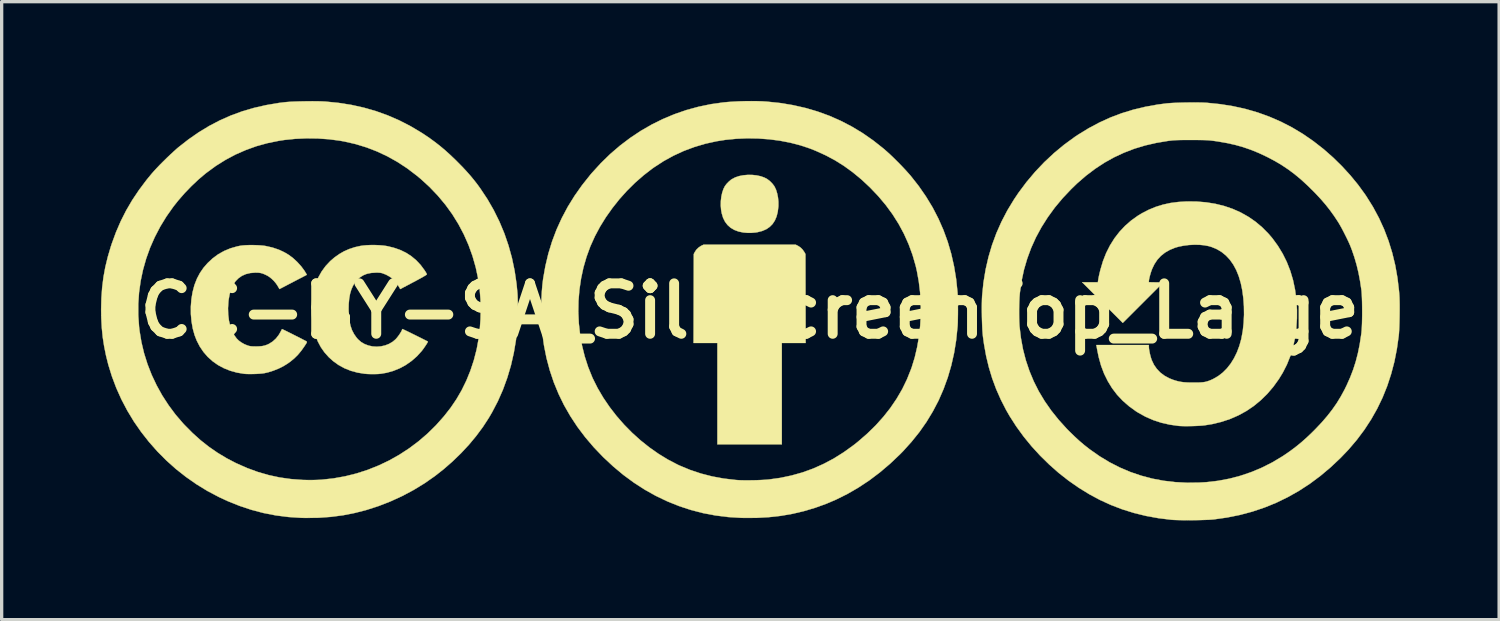
<source format=kicad_pcb>
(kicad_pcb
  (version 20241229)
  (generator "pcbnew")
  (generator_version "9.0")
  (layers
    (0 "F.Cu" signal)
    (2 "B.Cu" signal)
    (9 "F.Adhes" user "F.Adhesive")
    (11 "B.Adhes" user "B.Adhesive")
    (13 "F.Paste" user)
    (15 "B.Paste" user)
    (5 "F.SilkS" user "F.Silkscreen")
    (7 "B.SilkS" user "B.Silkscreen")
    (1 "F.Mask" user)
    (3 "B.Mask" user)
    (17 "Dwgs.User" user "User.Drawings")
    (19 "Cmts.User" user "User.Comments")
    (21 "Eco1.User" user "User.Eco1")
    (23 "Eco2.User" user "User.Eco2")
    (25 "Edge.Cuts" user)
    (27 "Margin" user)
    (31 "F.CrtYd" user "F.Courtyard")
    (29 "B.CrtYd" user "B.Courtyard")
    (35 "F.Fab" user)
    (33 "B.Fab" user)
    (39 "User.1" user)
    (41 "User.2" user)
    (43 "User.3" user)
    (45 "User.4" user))
  (footprint "CC-BY-SA_SilkScreenTop_Large"
    (layer "F.Cu")
    (at 19.601 6.344)
    (property "Reference" "CC-BY-SA_SilkScreenTop_Large" (at 0 0 0) (layer "F.SilkS") (effects (font (size 1.524 1.524) (thickness 0.3))))
    (attr through_hole)
    (fp_poly (pts (xy 1.453 -1.969) (xy 1.528 -1.92) (xy 1.596 -1.853) (xy 1.649 -1.776) (xy 1.652 -1.772) (xy 1.681 -1.718) (xy 1.684 -0.375) (xy 1.687 0.967) (xy 0.967 0.967) (xy 0.967 4.031) (xy -0.98 4.031) (xy -0.98 0.967) (xy -1.7 0.967) (xy -1.696 -0.375) (xy -1.693 -1.718) (xy -1.665 -1.775) (xy -1.617 -1.848) (xy -1.551 -1.913) (xy -1.477 -1.964) (xy -1.463 -1.971) (xy -1.395 -2.003) (xy 1.383 -2.003) (xy 1.453 -1.969)) (stroke (width 0.01) (type solid)) (fill yes) (layer "F.SilkS"))
    (fp_poly (pts (xy 0.072 -4.11) (xy 0.205 -4.096) (xy 0.331 -4.069) (xy 0.445 -4.028) (xy 0.528 -3.983) (xy 0.607 -3.923) (xy 0.679 -3.85) (xy 0.738 -3.773) (xy 0.747 -3.758) (xy 0.792 -3.664) (xy 0.826 -3.552) (xy 0.851 -3.429) (xy 0.864 -3.3) (xy 0.864 -3.171) (xy 0.863 -3.156) (xy 0.844 -2.997) (xy 0.809 -2.856) (xy 0.757 -2.733) (xy 0.688 -2.628) (xy 0.602 -2.541) (xy 0.498 -2.47) (xy 0.376 -2.417) (xy 0.236 -2.381) (xy 0.17 -2.37) (xy 0.051 -2.36) (xy -0.074 -2.36) (xy -0.191 -2.37) (xy -0.192 -2.37) (xy -0.339 -2.4) (xy -0.467 -2.448) (xy -0.578 -2.513) (xy -0.672 -2.596) (xy -0.748 -2.696) (xy -0.807 -2.814) (xy -0.848 -2.95) (xy -0.867 -3.055) (xy -0.878 -3.187) (xy -0.875 -3.322) (xy -0.86 -3.454) (xy -0.833 -3.577) (xy -0.795 -3.688) (xy -0.754 -3.769) (xy -0.705 -3.835) (xy -0.641 -3.902) (xy -0.572 -3.961) (xy -0.54 -3.983) (xy -0.441 -4.035) (xy -0.325 -4.074) (xy -0.198 -4.099) (xy -0.064 -4.111) (xy 0.072 -4.11)) (stroke (width 0.01) (type solid)) (fill yes) (layer "F.SilkS"))
    (fp_poly (pts (xy -14.893 -1.987) (xy -14.784 -1.981) (xy -14.687 -1.972) (xy -14.622 -1.962) (xy -14.417 -1.915) (xy -14.228 -1.851) (xy -14.054 -1.769) (xy -13.925 -1.692) (xy -13.795 -1.594) (xy -13.669 -1.477) (xy -13.553 -1.349) (xy -13.454 -1.215) (xy -13.415 -1.151) (xy -13.381 -1.093) (xy -13.583 -0.988) (xy -13.666 -0.945) (xy -13.762 -0.895) (xy -13.861 -0.843) (xy -13.954 -0.795) (xy -13.997 -0.772) (xy -14.209 -0.662) (xy -14.258 -0.749) (xy -14.31 -0.828) (xy -14.376 -0.907) (xy -14.451 -0.979) (xy -14.528 -1.038) (xy -14.579 -1.069) (xy -14.656 -1.106) (xy -14.72 -1.132) (xy -14.78 -1.148) (xy -14.844 -1.156) (xy -14.919 -1.158) (xy -14.945 -1.158) (xy -15.092 -1.146) (xy -15.224 -1.114) (xy -15.342 -1.062) (xy -15.446 -0.99) (xy -15.536 -0.898) (xy -15.61 -0.786) (xy -15.67 -0.654) (xy -15.715 -0.503) (xy -15.745 -0.332) (xy -15.75 -0.287) (xy -15.763 -0.083) (xy -15.757 0.109) (xy -15.735 0.29) (xy -15.695 0.456) (xy -15.639 0.608) (xy -15.567 0.742) (xy -15.501 0.833) (xy -15.44 0.893) (xy -15.361 0.951) (xy -15.273 1.001) (xy -15.187 1.037) (xy -15.143 1.052) (xy -15.104 1.061) (xy -15.064 1.067) (xy -15.016 1.07) (xy -14.952 1.071) (xy -14.92 1.072) (xy -14.817 1.069) (xy -14.731 1.061) (xy -14.656 1.045) (xy -14.586 1.021) (xy -14.524 0.993) (xy -14.414 0.923) (xy -14.315 0.833) (xy -14.23 0.724) (xy -14.173 0.626) (xy -14.154 0.588) (xy -14.139 0.56) (xy -14.132 0.548) (xy -14.121 0.552) (xy -14.09 0.566) (xy -14.044 0.588) (xy -13.985 0.617) (xy -13.917 0.651) (xy -13.842 0.688) (xy -13.764 0.728) (xy -13.686 0.767) (xy -13.61 0.805) (xy -13.541 0.841) (xy -13.482 0.872) (xy -13.434 0.896) (xy -13.402 0.914) (xy -13.39 0.921) (xy -13.382 0.929) (xy -13.381 0.941) (xy -13.387 0.959) (xy -13.404 0.988) (xy -13.432 1.032) (xy -13.455 1.067) (xy -13.553 1.205) (xy -13.653 1.325) (xy -13.76 1.431) (xy -13.88 1.53) (xy -13.961 1.588) (xy -14.092 1.669) (xy -14.239 1.742) (xy -14.395 1.804) (xy -14.55 1.853) (xy -14.666 1.879) (xy -14.729 1.888) (xy -14.811 1.895) (xy -14.904 1.901) (xy -15.002 1.904) (xy -15.098 1.905) (xy -15.185 1.904) (xy -15.256 1.9) (xy -15.275 1.898) (xy -15.492 1.862) (xy -15.696 1.806) (xy -15.888 1.729) (xy -16.065 1.634) (xy -16.227 1.52) (xy -16.374 1.388) (xy -16.503 1.24) (xy -16.615 1.075) (xy -16.708 0.895) (xy -16.772 0.731) (xy -16.828 0.53) (xy -16.865 0.316) (xy -16.885 0.095) (xy -16.886 -0.129) (xy -16.869 -0.351) (xy -16.834 -0.566) (xy -16.781 -0.769) (xy -16.773 -0.794) (xy -16.701 -0.977) (xy -16.613 -1.144) (xy -16.506 -1.301) (xy -16.378 -1.448) (xy -16.226 -1.59) (xy -16.062 -1.711) (xy -15.884 -1.811) (xy -15.693 -1.891) (xy -15.488 -1.95) (xy -15.398 -1.969) (xy -15.322 -1.979) (xy -15.227 -1.986) (xy -15.121 -1.99) (xy -15.007 -1.99) (xy -14.893 -1.987)) (stroke (width 0.01) (type solid)) (fill yes) (layer "F.SilkS"))
    (fp_poly (pts (xy -11.197 -1.986) (xy -11.081 -1.977) (xy -10.979 -1.963) (xy -10.975 -1.962) (xy -10.764 -1.913) (xy -10.569 -1.846) (xy -10.39 -1.761) (xy -10.227 -1.656) (xy -10.078 -1.532) (xy -9.943 -1.388) (xy -9.826 -1.23) (xy -9.797 -1.185) (xy -9.773 -1.145) (xy -9.759 -1.117) (xy -9.756 -1.108) (xy -9.763 -1.098) (xy -9.787 -1.08) (xy -9.829 -1.055) (xy -9.888 -1.02) (xy -9.968 -0.976) (xy -10.067 -0.922) (xy -10.158 -0.874) (xy -10.561 -0.661) (xy -10.592 -0.718) (xy -10.671 -0.842) (xy -10.761 -0.945) (xy -10.866 -1.029) (xy -10.987 -1.096) (xy -11.088 -1.136) (xy -11.129 -1.148) (xy -11.175 -1.155) (xy -11.234 -1.158) (xy -11.299 -1.158) (xy -11.439 -1.149) (xy -11.563 -1.124) (xy -11.672 -1.081) (xy -11.77 -1.02) (xy -11.844 -0.955) (xy -11.923 -0.865) (xy -11.987 -0.763) (xy -12.038 -0.648) (xy -12.076 -0.519) (xy -12.102 -0.372) (xy -12.117 -0.207) (xy -12.12 -0.056) (xy -12.114 0.131) (xy -12.095 0.297) (xy -12.063 0.447) (xy -12.017 0.58) (xy -11.955 0.699) (xy -11.879 0.807) (xy -11.835 0.857) (xy -11.743 0.938) (xy -11.637 1) (xy -11.52 1.044) (xy -11.397 1.071) (xy -11.27 1.079) (xy -11.142 1.069) (xy -11.017 1.041) (xy -10.899 0.995) (xy -10.79 0.931) (xy -10.702 0.857) (xy -10.666 0.817) (xy -10.628 0.769) (xy -10.589 0.716) (xy -10.555 0.663) (xy -10.527 0.616) (xy -10.509 0.58) (xy -10.505 0.561) (xy -10.497 0.547) (xy -10.492 0.546) (xy -10.479 0.551) (xy -10.448 0.566) (xy -10.4 0.589) (xy -10.339 0.618) (xy -10.269 0.652) (xy -10.193 0.69) (xy -10.113 0.729) (xy -10.033 0.769) (xy -9.956 0.807) (xy -9.885 0.843) (xy -9.823 0.874) (xy -9.774 0.899) (xy -9.74 0.916) (xy -9.725 0.925) (xy -9.725 0.925) (xy -9.728 0.938) (xy -9.744 0.966) (xy -9.768 1.006) (xy -9.8 1.054) (xy -9.835 1.105) (xy -9.871 1.156) (xy -9.906 1.202) (xy -9.914 1.212) (xy -10.057 1.369) (xy -10.216 1.508) (xy -10.388 1.629) (xy -10.573 1.73) (xy -10.767 1.809) (xy -10.969 1.866) (xy -11.144 1.896) (xy -11.23 1.904) (xy -11.333 1.907) (xy -11.441 1.907) (xy -11.546 1.904) (xy -11.633 1.897) (xy -11.85 1.862) (xy -12.054 1.807) (xy -12.245 1.73) (xy -12.423 1.633) (xy -12.588 1.514) (xy -12.719 1.396) (xy -12.849 1.25) (xy -12.96 1.091) (xy -13.051 0.919) (xy -13.124 0.732) (xy -13.18 0.529) (xy -13.215 0.324) (xy -13.223 0.242) (xy -13.229 0.142) (xy -13.232 0.031) (xy -13.232 -0.084) (xy -13.23 -0.196) (xy -13.225 -0.299) (xy -13.217 -0.385) (xy -13.215 -0.399) (xy -13.175 -0.618) (xy -13.114 -0.824) (xy -13.033 -1.017) (xy -12.933 -1.195) (xy -12.813 -1.359) (xy -12.674 -1.507) (xy -12.545 -1.618) (xy -12.399 -1.721) (xy -12.253 -1.805) (xy -12.099 -1.872) (xy -11.934 -1.926) (xy -11.778 -1.962) (xy -11.684 -1.976) (xy -11.573 -1.986) (xy -11.45 -1.991) (xy -11.323 -1.991) (xy -11.197 -1.986)) (stroke (width 0.01) (type solid)) (fill yes) (layer "F.SilkS"))
    (fp_poly (pts (xy 13.493 -3.306) (xy 13.784 -3.282) (xy 14.064 -3.237) (xy 14.331 -3.171) (xy 14.586 -3.084) (xy 14.829 -2.976) (xy 15.058 -2.847) (xy 15.275 -2.698) (xy 15.477 -2.528) (xy 15.666 -2.337) (xy 15.784 -2.199) (xy 15.951 -1.971) (xy 16.097 -1.731) (xy 16.223 -1.477) (xy 16.327 -1.212) (xy 16.41 -0.934) (xy 16.471 -0.644) (xy 16.511 -0.343) (xy 16.529 -0.031) (xy 16.528 0.223) (xy 16.509 0.529) (xy 16.469 0.821) (xy 16.408 1.099) (xy 16.327 1.366) (xy 16.225 1.62) (xy 16.101 1.863) (xy 15.981 2.059) (xy 15.812 2.293) (xy 15.629 2.507) (xy 15.432 2.699) (xy 15.223 2.871) (xy 15 3.022) (xy 14.763 3.152) (xy 14.514 3.261) (xy 14.251 3.349) (xy 13.975 3.416) (xy 13.742 3.454) (xy 13.671 3.462) (xy 13.583 3.468) (xy 13.482 3.473) (xy 13.375 3.477) (xy 13.267 3.479) (xy 13.164 3.48) (xy 13.07 3.478) (xy 12.993 3.475) (xy 12.954 3.472) (xy 12.685 3.434) (xy 12.43 3.376) (xy 12.187 3.296) (xy 11.955 3.195) (xy 11.733 3.072) (xy 11.664 3.029) (xy 11.456 2.878) (xy 11.266 2.712) (xy 11.096 2.531) (xy 10.946 2.335) (xy 10.816 2.123) (xy 10.704 1.897) (xy 10.612 1.654) (xy 10.54 1.396) (xy 10.499 1.197) (xy 10.489 1.144) (xy 10.481 1.097) (xy 10.475 1.065) (xy 10.473 1.057) (xy 10.467 1.029) (xy 12.055 1.029) (xy 12.055 1.086) (xy 12.059 1.143) (xy 12.071 1.215) (xy 12.087 1.296) (xy 12.108 1.379) (xy 12.131 1.455) (xy 12.144 1.489) (xy 12.209 1.626) (xy 12.295 1.75) (xy 12.4 1.86) (xy 12.523 1.953) (xy 12.664 2.031) (xy 12.785 2.079) (xy 12.869 2.106) (xy 12.948 2.127) (xy 13.026 2.142) (xy 13.109 2.153) (xy 13.203 2.159) (xy 13.312 2.163) (xy 13.413 2.163) (xy 13.524 2.163) (xy 13.615 2.159) (xy 13.691 2.153) (xy 13.757 2.143) (xy 13.819 2.127) (xy 13.88 2.106) (xy 13.947 2.078) (xy 14.002 2.052) (xy 14.149 1.967) (xy 14.286 1.862) (xy 14.413 1.735) (xy 14.527 1.59) (xy 14.628 1.427) (xy 14.716 1.248) (xy 14.789 1.053) (xy 14.847 0.846) (xy 14.85 0.83) (xy 14.892 0.603) (xy 14.918 0.362) (xy 14.93 0.114) (xy 14.927 -0.138) (xy 14.909 -0.386) (xy 14.877 -0.625) (xy 14.832 -0.843) (xy 14.771 -1.048) (xy 14.696 -1.234) (xy 14.606 -1.401) (xy 14.502 -1.548) (xy 14.384 -1.675) (xy 14.252 -1.782) (xy 14.107 -1.868) (xy 13.948 -1.934) (xy 13.859 -1.96) (xy 13.728 -1.985) (xy 13.581 -1.999) (xy 13.424 -2.001) (xy 13.265 -1.993) (xy 13.108 -1.973) (xy 12.96 -1.944) (xy 12.848 -1.912) (xy 12.687 -1.846) (xy 12.544 -1.764) (xy 12.419 -1.665) (xy 12.312 -1.549) (xy 12.223 -1.415) (xy 12.155 -1.274) (xy 12.131 -1.21) (xy 12.108 -1.139) (xy 12.087 -1.066) (xy 12.07 -0.998) (xy 12.059 -0.94) (xy 12.055 -0.901) (xy 12.055 -0.869) (xy 12.272 -0.865) (xy 12.489 -0.862) (xy 11.878 -0.251) (xy 11.267 0.36) (xy 10.654 -0.254) (xy 10.04 -0.868) (xy 10.514 -0.868) (xy 10.529 -0.964) (xy 10.538 -1.012) (xy 10.551 -1.076) (xy 10.568 -1.149) (xy 10.586 -1.224) (xy 10.592 -1.247) (xy 10.669 -1.506) (xy 10.765 -1.75) (xy 10.881 -1.98) (xy 11.014 -2.193) (xy 11.166 -2.39) (xy 11.335 -2.57) (xy 11.521 -2.733) (xy 11.724 -2.878) (xy 11.845 -2.951) (xy 12.052 -3.058) (xy 12.263 -3.145) (xy 12.48 -3.212) (xy 12.707 -3.262) (xy 12.947 -3.293) (xy 13.19 -3.308) (xy 13.493 -3.306)) (stroke (width 0.01) (type solid)) (fill yes) (layer "F.SilkS"))
    (fp_poly (pts (xy 0.217 -6.338) (xy 0.378 -6.333) (xy 0.506 -6.325) (xy 0.909 -6.283) (xy 1.299 -6.219) (xy 1.679 -6.133) (xy 2.047 -6.025) (xy 2.405 -5.895) (xy 2.751 -5.742) (xy 3.087 -5.567) (xy 3.413 -5.37) (xy 3.729 -5.15) (xy 4.035 -4.908) (xy 4.142 -4.815) (xy 4.226 -4.739) (xy 4.321 -4.649) (xy 4.422 -4.549) (xy 4.526 -4.445) (xy 4.627 -4.34) (xy 4.721 -4.239) (xy 4.804 -4.146) (xy 4.861 -4.081) (xy 5.104 -3.772) (xy 5.324 -3.454) (xy 5.522 -3.128) (xy 5.696 -2.792) (xy 5.848 -2.447) (xy 5.978 -2.091) (xy 6.085 -1.726) (xy 6.17 -1.349) (xy 6.234 -0.96) (xy 6.275 -0.56) (xy 6.275 -0.558) (xy 6.28 -0.479) (xy 6.284 -0.381) (xy 6.286 -0.268) (xy 6.287 -0.145) (xy 6.288 -0.018) (xy 6.287 0.107) (xy 6.285 0.227) (xy 6.283 0.336) (xy 6.279 0.429) (xy 6.275 0.481) (xy 6.234 0.882) (xy 6.171 1.27) (xy 6.086 1.646) (xy 5.98 2.009) (xy 5.852 2.361) (xy 5.703 2.702) (xy 5.531 3.031) (xy 5.338 3.35) (xy 5.122 3.658) (xy 4.883 3.955) (xy 4.623 4.243) (xy 4.54 4.327) (xy 4.239 4.613) (xy 3.929 4.876) (xy 3.61 5.117) (xy 3.282 5.334) (xy 2.947 5.528) (xy 2.603 5.699) (xy 2.315 5.822) (xy 1.975 5.945) (xy 1.633 6.047) (xy 1.288 6.128) (xy 0.936 6.189) (xy 0.575 6.229) (xy 0.204 6.25) (xy -0.181 6.251) (xy -0.267 6.249) (xy -0.656 6.225) (xy -1.039 6.177) (xy -1.414 6.106) (xy -1.783 6.01) (xy -2.143 5.892) (xy -2.495 5.75) (xy -2.84 5.585) (xy -3.175 5.397) (xy -3.502 5.186) (xy -3.82 4.952) (xy -4.128 4.695) (xy -4.427 4.416) (xy -4.434 4.409) (xy -4.716 4.114) (xy -4.974 3.811) (xy -5.209 3.499) (xy -5.421 3.177) (xy -5.611 2.846) (xy -5.777 2.506) (xy -5.921 2.156) (xy -6.042 1.795) (xy -6.141 1.425) (xy -6.217 1.044) (xy -6.269 0.676) (xy -6.285 0.49) (xy -6.296 0.287) (xy -6.301 0.072) (xy -6.301 0.036) (xy -5.181 0.036) (xy -5.165 0.376) (xy -5.127 0.714) (xy -5.068 1.047) (xy -4.987 1.374) (xy -4.884 1.693) (xy -4.76 2.001) (xy -4.745 2.035) (xy -4.597 2.331) (xy -4.427 2.62) (xy -4.236 2.901) (xy -4.026 3.172) (xy -3.8 3.431) (xy -3.558 3.677) (xy -3.302 3.908) (xy -3.035 4.121) (xy -2.757 4.316) (xy -2.471 4.491) (xy -2.179 4.643) (xy -2.121 4.67) (xy -1.803 4.802) (xy -1.476 4.911) (xy -1.138 4.998) (xy -0.791 5.062) (xy -0.436 5.104) (xy -0.36 5.11) (xy -0.272 5.114) (xy -0.166 5.116) (xy -0.046 5.116) (xy 0.08 5.115) (xy 0.208 5.112) (xy 0.331 5.107) (xy 0.444 5.101) (xy 0.541 5.094) (xy 0.571 5.091) (xy 0.922 5.042) (xy 1.262 4.97) (xy 1.594 4.877) (xy 1.916 4.76) (xy 2.229 4.62) (xy 2.535 4.458) (xy 2.833 4.271) (xy 3.125 4.061) (xy 3.268 3.948) (xy 3.548 3.705) (xy 3.804 3.455) (xy 4.037 3.195) (xy 4.248 2.927) (xy 4.437 2.649) (xy 4.604 2.362) (xy 4.749 2.063) (xy 4.872 1.754) (xy 4.89 1.705) (xy 4.982 1.406) (xy 5.055 1.094) (xy 5.111 0.771) (xy 5.147 0.441) (xy 5.165 0.107) (xy 5.164 -0.229) (xy 5.144 -0.562) (xy 5.105 -0.889) (xy 5.047 -1.208) (xy 5.011 -1.365) (xy 4.915 -1.697) (xy 4.797 -2.018) (xy 4.658 -2.328) (xy 4.497 -2.628) (xy 4.313 -2.919) (xy 4.107 -3.2) (xy 3.877 -3.473) (xy 3.626 -3.736) (xy 3.372 -3.973) (xy 3.114 -4.186) (xy 2.85 -4.378) (xy 2.577 -4.55) (xy 2.292 -4.702) (xy 1.995 -4.837) (xy 1.817 -4.908) (xy 1.528 -5.004) (xy 1.225 -5.083) (xy 0.91 -5.144) (xy 0.586 -5.186) (xy 0.257 -5.21) (xy -0.074 -5.216) (xy -0.405 -5.202) (xy -0.733 -5.17) (xy -1.005 -5.127) (xy -1.345 -5.052) (xy -1.675 -4.954) (xy -1.996 -4.834) (xy -2.306 -4.691) (xy -2.606 -4.526) (xy -2.896 -4.337) (xy -2.955 -4.295) (xy -3.217 -4.092) (xy -3.47 -3.87) (xy -3.712 -3.63) (xy -3.94 -3.376) (xy -4.152 -3.109) (xy -4.348 -2.832) (xy -4.524 -2.548) (xy -4.679 -2.258) (xy -4.811 -1.966) (xy -4.817 -1.953) (xy -4.932 -1.638) (xy -5.026 -1.313) (xy -5.097 -0.982) (xy -5.147 -0.645) (xy -5.175 -0.305) (xy -5.181 0.036) (xy -6.301 0.036) (xy -6.3 -0.149) (xy -6.294 -0.37) (xy -6.283 -0.584) (xy -6.266 -0.786) (xy -6.244 -0.967) (xy -6.176 -1.355) (xy -6.086 -1.733) (xy -5.973 -2.101) (xy -5.838 -2.459) (xy -5.679 -2.808) (xy -5.498 -3.149) (xy -5.293 -3.48) (xy -5.065 -3.803) (xy -4.814 -4.118) (xy -4.772 -4.167) (xy -4.501 -4.464) (xy -4.218 -4.74) (xy -3.921 -4.995) (xy -3.613 -5.228) (xy -3.294 -5.441) (xy -2.964 -5.631) (xy -2.623 -5.8) (xy -2.273 -5.946) (xy -1.914 -6.07) (xy -1.546 -6.17) (xy -1.17 -6.248) (xy -0.806 -6.299) (xy -0.658 -6.313) (xy -0.494 -6.324) (xy -0.318 -6.333) (xy -0.136 -6.338) (xy 0.044 -6.339) (xy 0.217 -6.338)) (stroke (width 0.01) (type solid)) (fill yes) (layer "F.SilkS"))
    (fp_poly (pts (xy -13.088 -6.335) (xy -12.973 -6.333) (xy -12.874 -6.329) (xy -12.822 -6.326) (xy -12.422 -6.286) (xy -12.033 -6.225) (xy -11.656 -6.141) (xy -11.289 -6.035) (xy -10.932 -5.906) (xy -10.585 -5.755) (xy -10.247 -5.581) (xy -9.918 -5.385) (xy -9.847 -5.339) (xy -9.674 -5.222) (xy -9.515 -5.106) (xy -9.363 -4.988) (xy -9.214 -4.863) (xy -9.064 -4.728) (xy -8.907 -4.579) (xy -8.824 -4.496) (xy -8.68 -4.35) (xy -8.553 -4.213) (xy -8.437 -4.082) (xy -8.33 -3.952) (xy -8.226 -3.818) (xy -8.144 -3.705) (xy -7.929 -3.382) (xy -7.736 -3.047) (xy -7.565 -2.701) (xy -7.416 -2.345) (xy -7.29 -1.978) (xy -7.186 -1.602) (xy -7.105 -1.216) (xy -7.047 -0.821) (xy -7.02 -0.543) (xy -7.015 -0.463) (xy -7.012 -0.364) (xy -7.009 -0.251) (xy -7.008 -0.129) (xy -7.007 -0.004) (xy -7.008 0.12) (xy -7.01 0.237) (xy -7.013 0.342) (xy -7.017 0.43) (xy -7.02 0.465) (xy -7.063 0.87) (xy -7.129 1.263) (xy -7.216 1.645) (xy -7.326 2.016) (xy -7.457 2.376) (xy -7.611 2.725) (xy -7.788 3.064) (xy -7.884 3.228) (xy -8.062 3.502) (xy -8.263 3.773) (xy -8.484 4.039) (xy -8.724 4.297) (xy -8.979 4.544) (xy -9.249 4.78) (xy -9.514 4.988) (xy -9.828 5.207) (xy -10.157 5.408) (xy -10.5 5.59) (xy -10.853 5.752) (xy -11.214 5.893) (xy -11.58 6.011) (xy -11.929 6.101) (xy -12.289 6.172) (xy -12.656 6.22) (xy -13.029 6.247) (xy -13.413 6.252) (xy -13.556 6.249) (xy -13.938 6.224) (xy -14.316 6.176) (xy -14.688 6.104) (xy -15.056 6.007) (xy -15.419 5.886) (xy -15.78 5.741) (xy -16.042 5.619) (xy -16.386 5.437) (xy -16.717 5.234) (xy -17.035 5.012) (xy -17.338 4.773) (xy -17.625 4.516) (xy -17.897 4.243) (xy -18.151 3.955) (xy -18.388 3.653) (xy -18.606 3.339) (xy -18.804 3.012) (xy -18.982 2.674) (xy -19.138 2.326) (xy -19.272 1.97) (xy -19.378 1.627) (xy -19.449 1.344) (xy -19.505 1.066) (xy -19.548 0.789) (xy -19.576 0.506) (xy -19.592 0.211) (xy -19.596 -0.05) (xy -19.592 -0.216) (xy -18.474 -0.216) (xy -18.474 0.134) (xy -18.449 0.485) (xy -18.435 0.602) (xy -18.379 0.941) (xy -18.299 1.277) (xy -18.195 1.607) (xy -18.069 1.93) (xy -17.92 2.245) (xy -17.751 2.551) (xy -17.56 2.845) (xy -17.35 3.128) (xy -17.12 3.396) (xy -17.076 3.443) (xy -16.837 3.684) (xy -16.593 3.904) (xy -16.342 4.102) (xy -16.08 4.283) (xy -15.805 4.449) (xy -15.513 4.601) (xy -15.511 4.601) (xy -15.189 4.744) (xy -14.864 4.863) (xy -14.535 4.958) (xy -14.201 5.03) (xy -13.859 5.078) (xy -13.508 5.104) (xy -13.326 5.108) (xy -13.238 5.108) (xy -13.143 5.106) (xy -13.051 5.103) (xy -12.969 5.099) (xy -12.936 5.097) (xy -12.579 5.058) (xy -12.227 4.995) (xy -11.882 4.909) (xy -11.544 4.8) (xy -11.216 4.669) (xy -10.896 4.517) (xy -10.587 4.343) (xy -10.29 4.149) (xy -10.006 3.936) (xy -9.735 3.703) (xy -9.479 3.451) (xy -9.239 3.181) (xy -9.037 2.923) (xy -8.862 2.665) (xy -8.703 2.391) (xy -8.562 2.102) (xy -8.44 1.801) (xy -8.337 1.49) (xy -8.255 1.172) (xy -8.248 1.141) (xy -8.196 0.856) (xy -8.158 0.558) (xy -8.136 0.252) (xy -8.129 -0.056) (xy -8.137 -0.36) (xy -8.161 -0.657) (xy -8.2 -0.94) (xy -8.205 -0.967) (xy -8.28 -1.32) (xy -8.378 -1.663) (xy -8.498 -1.995) (xy -8.64 -2.316) (xy -8.804 -2.626) (xy -8.989 -2.924) (xy -9.196 -3.21) (xy -9.424 -3.483) (xy -9.673 -3.744) (xy -9.943 -3.991) (xy -10.065 -4.092) (xy -10.349 -4.308) (xy -10.643 -4.501) (xy -10.945 -4.67) (xy -11.257 -4.817) (xy -11.578 -4.941) (xy -11.909 -5.042) (xy -12.249 -5.12) (xy -12.396 -5.146) (xy -12.721 -5.188) (xy -13.055 -5.211) (xy -13.394 -5.215) (xy -13.731 -5.2) (xy -14.061 -5.166) (xy -14.23 -5.14) (xy -14.573 -5.07) (xy -14.905 -4.978) (xy -15.227 -4.862) (xy -15.539 -4.725) (xy -15.84 -4.564) (xy -16.131 -4.382) (xy -16.412 -4.176) (xy -16.446 -4.15) (xy -16.658 -3.97) (xy -16.869 -3.771) (xy -17.073 -3.559) (xy -17.265 -3.339) (xy -17.415 -3.15) (xy -17.624 -2.854) (xy -17.811 -2.548) (xy -17.975 -2.233) (xy -18.117 -1.911) (xy -18.235 -1.582) (xy -18.33 -1.247) (xy -18.402 -0.907) (xy -18.45 -0.563) (xy -18.474 -0.216) (xy -19.592 -0.216) (xy -19.588 -0.385) (xy -19.565 -0.707) (xy -19.526 -1.018) (xy -19.47 -1.325) (xy -19.395 -1.634) (xy -19.302 -1.949) (xy -19.274 -2.034) (xy -19.147 -2.38) (xy -19.003 -2.713) (xy -18.84 -3.035) (xy -18.657 -3.348) (xy -18.452 -3.654) (xy -18.225 -3.957) (xy -18.073 -4.142) (xy -18.002 -4.223) (xy -17.916 -4.316) (xy -17.82 -4.417) (xy -17.716 -4.521) (xy -17.609 -4.626) (xy -17.503 -4.727) (xy -17.402 -4.82) (xy -17.311 -4.902) (xy -17.263 -4.943) (xy -16.959 -5.181) (xy -16.65 -5.396) (xy -16.334 -5.588) (xy -16.011 -5.757) (xy -15.679 -5.904) (xy -15.336 -6.03) (xy -14.982 -6.134) (xy -14.615 -6.218) (xy -14.235 -6.283) (xy -14.039 -6.307) (xy -13.96 -6.314) (xy -13.86 -6.321) (xy -13.744 -6.326) (xy -13.618 -6.33) (xy -13.484 -6.333) (xy -13.348 -6.335) (xy -13.215 -6.336) (xy -13.088 -6.335)) (stroke (width 0.01) (type solid)) (fill yes) (layer "F.SilkS"))
    (fp_poly (pts (xy 13.542 -6.298) (xy 13.657 -6.296) (xy 13.756 -6.292) (xy 13.807 -6.289) (xy 14.209 -6.248) (xy 14.598 -6.186) (xy 14.977 -6.102) (xy 15.344 -5.996) (xy 15.7 -5.867) (xy 16.047 -5.716) (xy 16.383 -5.543) (xy 16.71 -5.347) (xy 17.027 -5.128) (xy 17.336 -4.887) (xy 17.345 -4.879) (xy 17.623 -4.634) (xy 17.889 -4.373) (xy 18.139 -4.1) (xy 18.371 -3.818) (xy 18.581 -3.53) (xy 18.624 -3.466) (xy 18.826 -3.143) (xy 19.005 -2.81) (xy 19.161 -2.469) (xy 19.295 -2.117) (xy 19.407 -1.755) (xy 19.497 -1.383) (xy 19.565 -0.999) (xy 19.612 -0.603) (xy 19.621 -0.486) (xy 19.626 -0.403) (xy 19.629 -0.301) (xy 19.631 -0.184) (xy 19.631 -0.056) (xy 19.63 0.077) (xy 19.628 0.212) (xy 19.625 0.343) (xy 19.621 0.468) (xy 19.616 0.58) (xy 19.61 0.677) (xy 19.603 0.75) (xy 19.547 1.149) (xy 19.471 1.535) (xy 19.373 1.907) (xy 19.255 2.267) (xy 19.115 2.615) (xy 18.953 2.951) (xy 18.77 3.275) (xy 18.565 3.589) (xy 18.338 3.892) (xy 18.088 4.186) (xy 17.848 4.437) (xy 17.548 4.72) (xy 17.239 4.98) (xy 16.921 5.217) (xy 16.593 5.431) (xy 16.255 5.622) (xy 15.908 5.791) (xy 15.55 5.937) (xy 15.182 6.061) (xy 14.803 6.162) (xy 14.415 6.24) (xy 14.027 6.295) (xy 13.952 6.302) (xy 13.857 6.308) (xy 13.746 6.312) (xy 13.623 6.316) (xy 13.492 6.319) (xy 13.357 6.32) (xy 13.223 6.321) (xy 13.094 6.32) (xy 12.974 6.318) (xy 12.868 6.315) (xy 12.779 6.311) (xy 12.731 6.307) (xy 12.343 6.259) (xy 11.968 6.191) (xy 11.606 6.102) (xy 11.253 5.992) (xy 10.91 5.861) (xy 10.574 5.707) (xy 10.257 5.537) (xy 9.94 5.342) (xy 9.63 5.126) (xy 9.33 4.891) (xy 9.043 4.637) (xy 8.769 4.368) (xy 8.511 4.086) (xy 8.27 3.791) (xy 8.049 3.487) (xy 7.849 3.175) (xy 7.743 2.991) (xy 7.582 2.676) (xy 7.442 2.359) (xy 7.322 2.035) (xy 7.222 1.703) (xy 7.139 1.359) (xy 7.075 1.001) (xy 7.043 0.771) (xy 7.034 0.681) (xy 7.026 0.571) (xy 7.02 0.446) (xy 7.015 0.31) (xy 7.011 0.169) (xy 7.01 0.083) (xy 8.136 0.083) (xy 8.137 0.208) (xy 8.14 0.324) (xy 8.145 0.423) (xy 8.148 0.465) (xy 8.19 0.818) (xy 8.253 1.16) (xy 8.339 1.492) (xy 8.447 1.813) (xy 8.577 2.125) (xy 8.73 2.428) (xy 8.907 2.723) (xy 9.106 3.009) (xy 9.329 3.287) (xy 9.575 3.559) (xy 9.649 3.634) (xy 9.806 3.787) (xy 9.955 3.924) (xy 10.103 4.05) (xy 10.255 4.169) (xy 10.275 4.184) (xy 10.567 4.389) (xy 10.868 4.571) (xy 11.177 4.729) (xy 11.495 4.864) (xy 11.821 4.975) (xy 12.155 5.064) (xy 12.498 5.129) (xy 12.85 5.17) (xy 13.21 5.189) (xy 13.579 5.184) (xy 13.798 5.171) (xy 14.143 5.131) (xy 14.484 5.067) (xy 14.819 4.979) (xy 15.147 4.868) (xy 15.467 4.734) (xy 15.779 4.577) (xy 16.081 4.397) (xy 16.166 4.341) (xy 16.34 4.22) (xy 16.503 4.097) (xy 16.66 3.969) (xy 16.816 3.831) (xy 16.977 3.678) (xy 17.091 3.564) (xy 17.278 3.366) (xy 17.444 3.173) (xy 17.594 2.981) (xy 17.73 2.786) (xy 17.854 2.583) (xy 17.97 2.369) (xy 18.032 2.242) (xy 18.137 2.006) (xy 18.228 1.769) (xy 18.305 1.528) (xy 18.37 1.277) (xy 18.424 1.012) (xy 18.467 0.729) (xy 18.476 0.664) (xy 18.483 0.588) (xy 18.489 0.492) (xy 18.494 0.38) (xy 18.497 0.256) (xy 18.499 0.125) (xy 18.499 -0.01) (xy 18.498 -0.144) (xy 18.496 -0.272) (xy 18.492 -0.392) (xy 18.487 -0.498) (xy 18.481 -0.586) (xy 18.476 -0.633) (xy 18.436 -0.9) (xy 18.389 -1.149) (xy 18.333 -1.385) (xy 18.267 -1.613) (xy 18.19 -1.839) (xy 18.156 -1.928) (xy 18.124 -2.006) (xy 18.082 -2.1) (xy 18.032 -2.204) (xy 17.978 -2.312) (xy 17.923 -2.42) (xy 17.869 -2.522) (xy 17.818 -2.611) (xy 17.776 -2.682) (xy 17.654 -2.867) (xy 17.529 -3.041) (xy 17.396 -3.21) (xy 17.251 -3.378) (xy 17.09 -3.551) (xy 17.041 -3.601) (xy 16.843 -3.796) (xy 16.652 -3.971) (xy 16.462 -4.129) (xy 16.271 -4.272) (xy 16.074 -4.404) (xy 15.869 -4.526) (xy 15.65 -4.642) (xy 15.608 -4.663) (xy 15.371 -4.774) (xy 15.138 -4.869) (xy 14.903 -4.95) (xy 14.661 -5.018) (xy 14.408 -5.074) (xy 14.139 -5.121) (xy 14.027 -5.137) (xy 13.972 -5.144) (xy 13.921 -5.15) (xy 13.87 -5.155) (xy 13.817 -5.159) (xy 13.758 -5.161) (xy 13.689 -5.163) (xy 13.607 -5.164) (xy 13.508 -5.165) (xy 13.39 -5.165) (xy 13.333 -5.165) (xy 13.205 -5.165) (xy 13.099 -5.165) (xy 13.01 -5.164) (xy 12.936 -5.162) (xy 12.873 -5.16) (xy 12.818 -5.157) (xy 12.766 -5.153) (xy 12.715 -5.147) (xy 12.662 -5.141) (xy 12.632 -5.137) (xy 12.279 -5.078) (xy 11.941 -5) (xy 11.617 -4.902) (xy 11.305 -4.782) (xy 11.004 -4.642) (xy 10.713 -4.48) (xy 10.432 -4.295) (xy 10.158 -4.088) (xy 9.892 -3.858) (xy 9.711 -3.683) (xy 9.45 -3.407) (xy 9.213 -3.123) (xy 9 -2.83) (xy 8.81 -2.53) (xy 8.643 -2.222) (xy 8.5 -1.906) (xy 8.38 -1.581) (xy 8.283 -1.249) (xy 8.21 -0.908) (xy 8.16 -0.559) (xy 8.154 -0.497) (xy 8.147 -0.407) (xy 8.142 -0.298) (xy 8.138 -0.176) (xy 8.136 -0.047) (xy 8.136 0.083) (xy 7.01 0.083) (xy 7.009 0.026) (xy 7.008 -0.112) (xy 7.01 -0.242) (xy 7.013 -0.359) (xy 7.018 -0.457) (xy 7.019 -0.471) (xy 7.06 -0.868) (xy 7.124 -1.254) (xy 7.21 -1.629) (xy 7.318 -1.994) (xy 7.449 -2.35) (xy 7.603 -2.697) (xy 7.78 -3.037) (xy 7.981 -3.368) (xy 8.118 -3.572) (xy 8.36 -3.896) (xy 8.62 -4.204) (xy 8.897 -4.496) (xy 9.189 -4.769) (xy 9.496 -5.023) (xy 9.816 -5.257) (xy 9.918 -5.325) (xy 10.236 -5.52) (xy 10.559 -5.692) (xy 10.89 -5.843) (xy 11.23 -5.972) (xy 11.581 -6.08) (xy 11.943 -6.167) (xy 12.319 -6.235) (xy 12.588 -6.27) (xy 12.668 -6.277) (xy 12.769 -6.284) (xy 12.885 -6.289) (xy 13.012 -6.293) (xy 13.146 -6.296) (xy 13.282 -6.298) (xy 13.415 -6.299) (xy 13.542 -6.298)) (stroke (width 0.01) (type solid)) (fill yes) (layer "F.SilkS")))
  (gr_rect
    (start -3 -3)
    (end 42.237 15.67)
    (stroke (width 0.1) (type default))
    (fill no)
    (layer "Edge.Cuts")))
</source>
